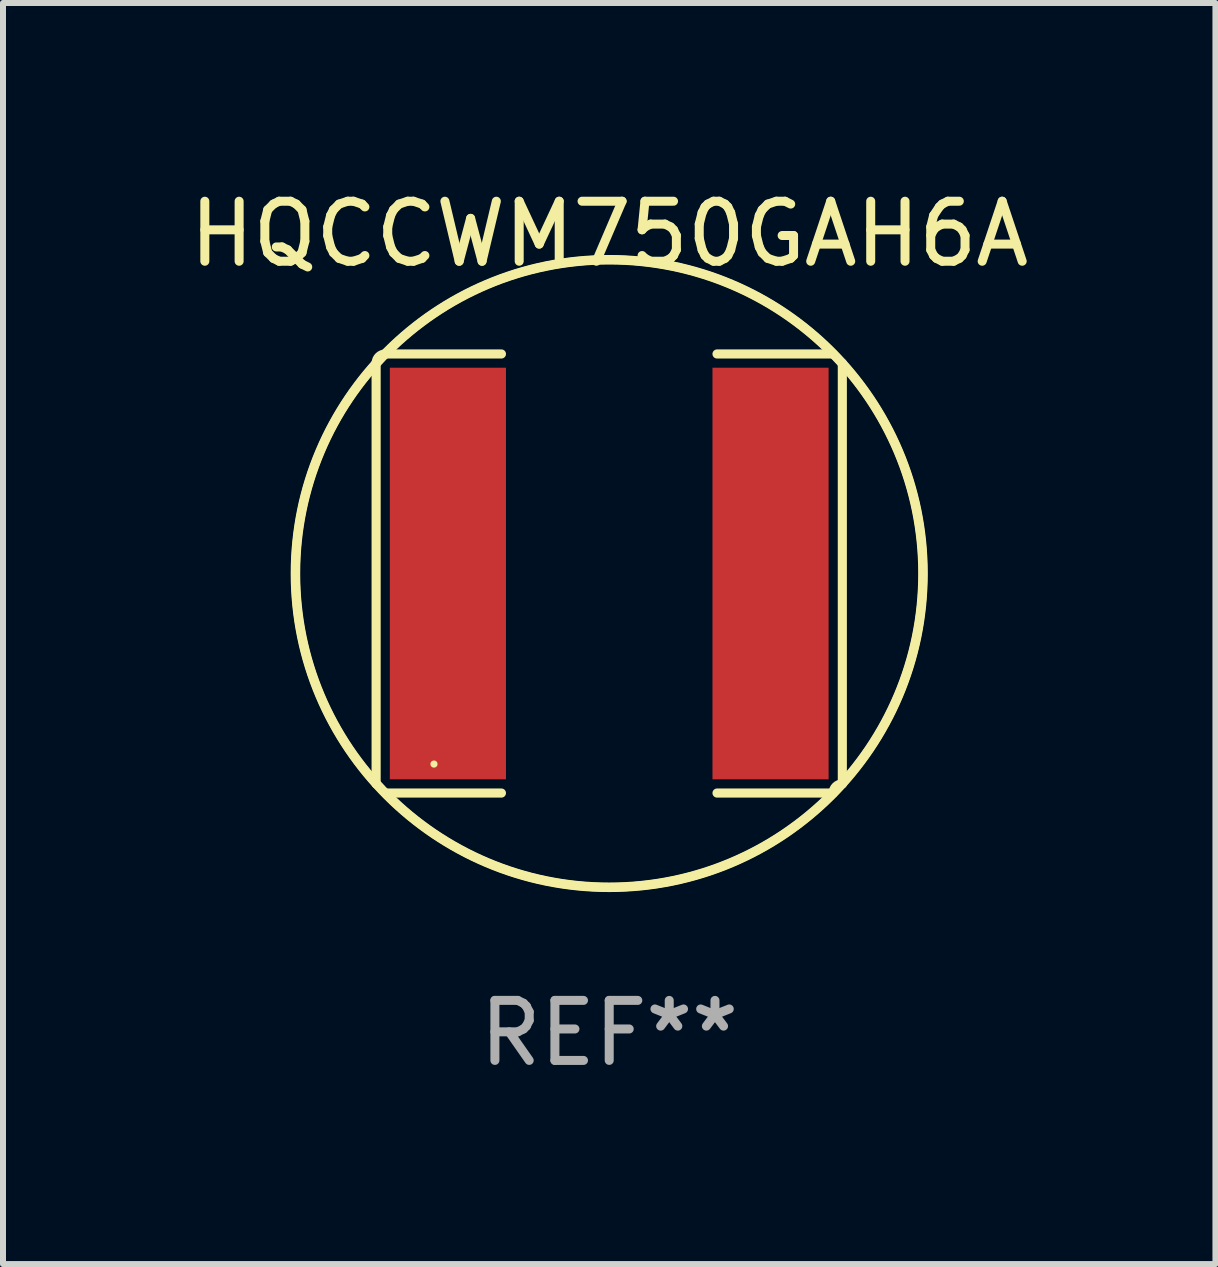
<source format=kicad_pcb>
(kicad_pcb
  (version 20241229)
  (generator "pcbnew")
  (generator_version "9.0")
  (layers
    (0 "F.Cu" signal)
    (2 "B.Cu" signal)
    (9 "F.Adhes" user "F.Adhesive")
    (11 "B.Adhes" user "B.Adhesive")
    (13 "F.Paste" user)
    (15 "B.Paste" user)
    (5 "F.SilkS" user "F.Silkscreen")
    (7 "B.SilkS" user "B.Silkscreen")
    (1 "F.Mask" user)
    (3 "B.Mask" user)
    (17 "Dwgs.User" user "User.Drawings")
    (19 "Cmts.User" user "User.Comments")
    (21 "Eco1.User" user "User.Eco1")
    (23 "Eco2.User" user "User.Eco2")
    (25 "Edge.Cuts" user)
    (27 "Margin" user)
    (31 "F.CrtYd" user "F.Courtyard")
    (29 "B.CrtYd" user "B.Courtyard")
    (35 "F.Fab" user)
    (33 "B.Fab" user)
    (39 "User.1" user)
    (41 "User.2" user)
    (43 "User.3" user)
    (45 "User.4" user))
  (footprint "HQCCWM750GAH6A"
    (layer "F.Cu")
    (at 7.101 6.506)
    (property "Reference" "HQCCWM750GAH6A" (at 0 -5.658 0) (layer "F.SilkS") (effects (font (size 1 1) (thickness 0.15))))
    (attr through_hole)
    (fp_line (start -3.884 -3.505) (end -3.884 3.505) (stroke (width 0.152) (type solid)) (layer "F.SilkS"))
    (fp_line (start -3.731 3.658) (end -1.796 3.658) (stroke (width 0.152) (type solid)) (layer "F.SilkS"))
    (fp_line (start -1.796 -3.658) (end -3.731 -3.658) (stroke (width 0.152) (type solid)) (layer "F.SilkS"))
    (fp_line (start 1.796 -3.658) (end 3.731 -3.658) (stroke (width 0.152) (type solid)) (layer "F.SilkS"))
    (fp_line (start 3.731 3.658) (end 1.796 3.658) (stroke (width 0.152) (type solid)) (layer "F.SilkS"))
    (fp_line (start 3.884 -3.505) (end 3.884 3.505) (stroke (width 0.152) (type solid)) (layer "F.SilkS"))
    (fp_arc (start -3.8836 -3.505199) (mid -3.838963 -3.612963) (end -3.731199 -3.6576) (stroke (width 0.1524) (type solid)) (layer "F.SilkS"))
    (fp_arc (start -3.883599 3.505199) (mid 3.883577 -3.505177) (end -3.883599 3.505199) (stroke (width 0.1524) (type solid)) (layer "F.SilkS"))
    (fp_arc (start 3.731198 3.6576) (mid 3.775835 3.549836) (end 3.883599 3.505199) (stroke (width 0.1524) (type solid)) (layer "F.SilkS"))
    (fp_arc (start 3.731199 -3.6576) (mid -3.731221 3.657622) (end 3.731199 -3.6576) (stroke (width 0.1524) (type solid)) (layer "F.SilkS"))
    (fp_circle (center -2.92 3.175) (end -2.89 3.175) (stroke (width 0.06) (type solid)) (fill no) (layer "F.SilkS"))
    (fp_text user "REF**" (at 0 7.658 0) (layer "F.Fab") (effects (font (size 1 1) (thickness 0.15))))
    (pad "1" smd rect (at -2.688 0) (size 1.935 6.858) (layers "F.Cu" "F.Mask" "F.Paste"))
    (pad "2" smd rect (at 2.688 0) (size 1.935 6.858) (layers "F.Cu" "F.Mask" "F.Paste")))
  (gr_rect
    (start -3 -3)
    (end 17.202 18.012)
    (stroke (width 0.1) (type default))
    (fill no)
    (layer "Edge.Cuts")))
</source>
